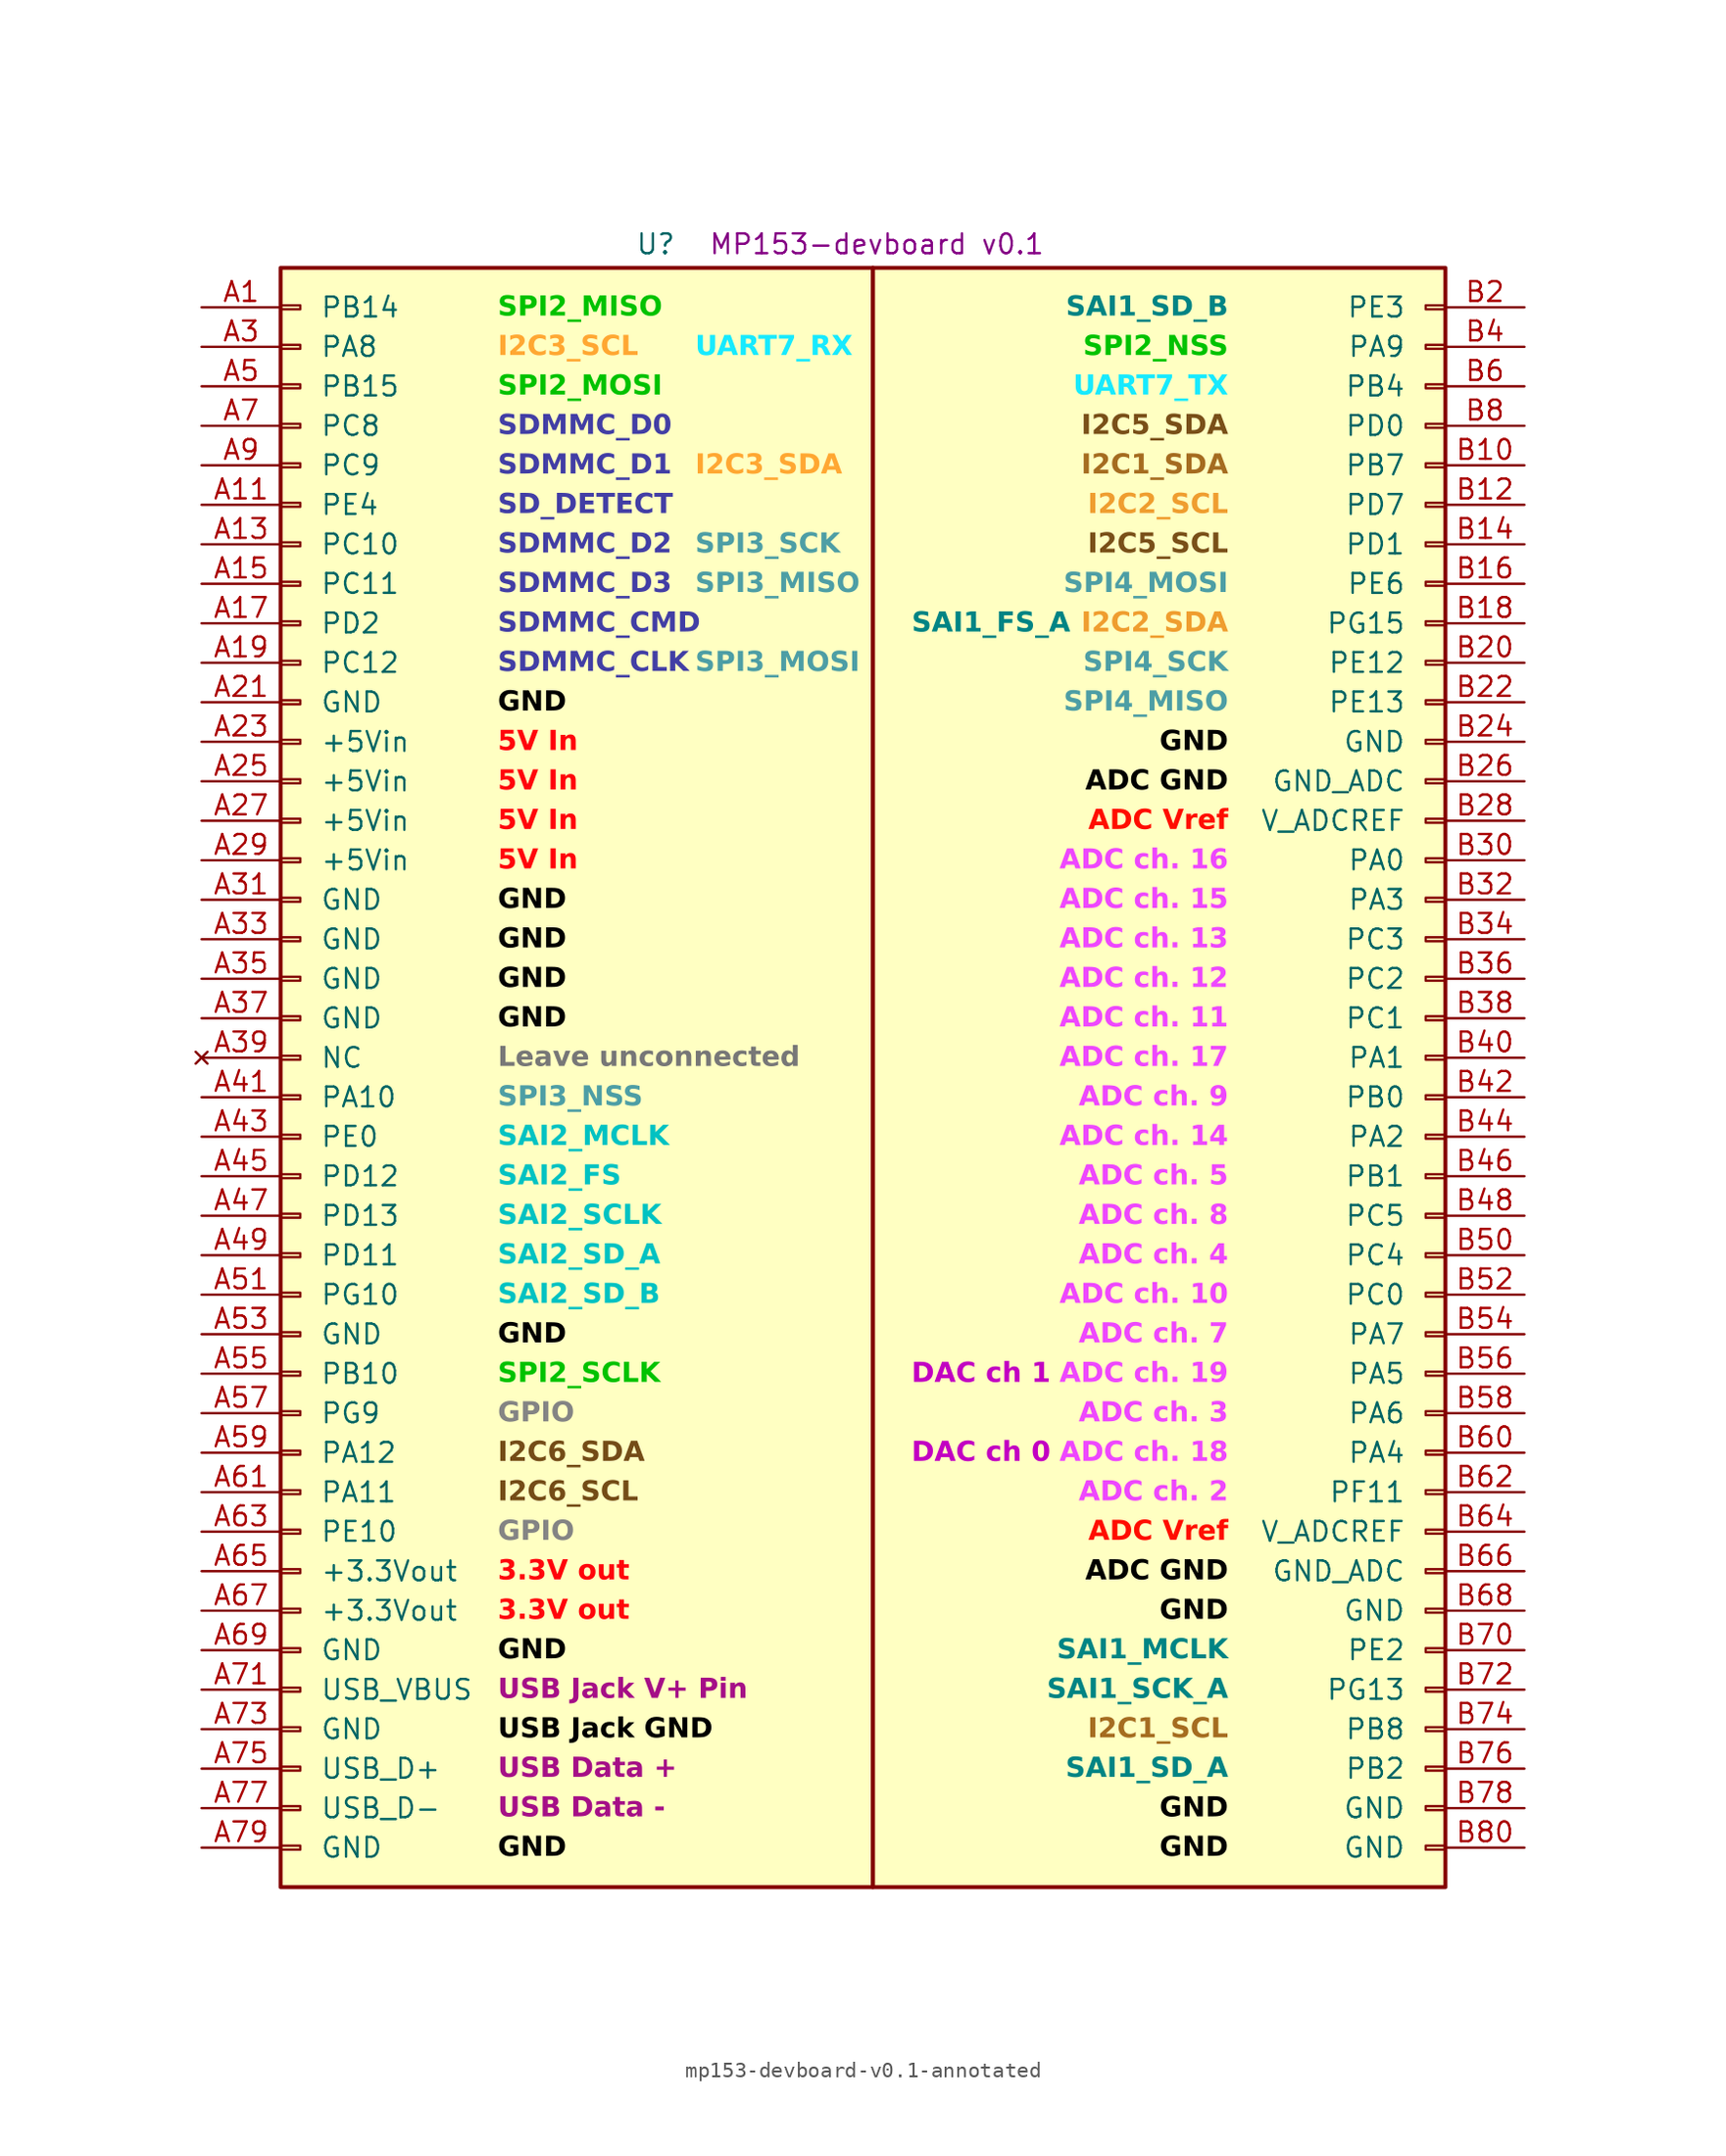
<source format=kicad_sym>
(kicad_symbol_lib
  (version 20241209)
  (generator "kicad_symbol_editor")
  (generator_version "9.0")
  (symbol "mp153-devboard-v0.1-annotated"
    (pin_names
      (offset 2.54))
    (property "Reference" "U"
      (at -13.97 53.594 0)
      (effects (font (size 1.27 1.27))))
    (property "Value" ""
      (at 0 0 0)
      (effects (font (size 1.27 1.27))))
    (property "Display" "MP153-devboard v0.1"
      (at 0.254 53.594 0)
      (effects (font (size 1.27 1.27))))
    (symbol "mp153-devboard-v0.1-annotated_1_1"
      (rectangle (start -38.1 52.07) (end 0 -52.07) (stroke (width 0.254) (type default)) (fill (type background)))
      (rectangle (start -38.1 49.657) (end -36.83 49.403) (stroke (width 0.152) (type default)) (fill (type none)))
      (rectangle (start -38.1 47.117) (end -36.83 46.863) (stroke (width 0.152) (type default)) (fill (type none)))
      (rectangle (start -38.1 44.577) (end -36.83 44.323) (stroke (width 0.152) (type default)) (fill (type none)))
      (rectangle (start -38.1 42.037) (end -36.83 41.783) (stroke (width 0.152) (type default)) (fill (type none)))
      (rectangle (start -38.1 39.497) (end -36.83 39.243) (stroke (width 0.152) (type default)) (fill (type none)))
      (rectangle (start -38.1 36.957) (end -36.83 36.703) (stroke (width 0.152) (type default)) (fill (type none)))
      (rectangle (start -38.1 34.417) (end -36.83 34.163) (stroke (width 0.152) (type default)) (fill (type none)))
      (rectangle (start -38.1 31.877) (end -36.83 31.623) (stroke (width 0.152) (type default)) (fill (type none)))
      (rectangle (start -38.1 29.337) (end -36.83 29.083) (stroke (width 0.152) (type default)) (fill (type none)))
      (rectangle (start -38.1 26.797) (end -36.83 26.543) (stroke (width 0.152) (type default)) (fill (type none)))
      (rectangle (start -38.1 24.257) (end -36.83 24.003) (stroke (width 0.152) (type default)) (fill (type none)))
      (rectangle (start -38.1 21.717) (end -36.83 21.463) (stroke (width 0.152) (type default)) (fill (type none)))
      (rectangle (start -38.1 19.177) (end -36.83 18.923) (stroke (width 0.152) (type default)) (fill (type none)))
      (rectangle (start -38.1 16.637) (end -36.83 16.383) (stroke (width 0.152) (type default)) (fill (type none)))
      (rectangle (start -38.1 14.097) (end -36.83 13.843) (stroke (width 0.152) (type default)) (fill (type none)))
      (rectangle (start -38.1 11.557) (end -36.83 11.303) (stroke (width 0.152) (type default)) (fill (type none)))
      (rectangle (start -38.1 9.017) (end -36.83 8.763) (stroke (width 0.152) (type default)) (fill (type none)))
      (rectangle (start -38.1 6.477) (end -36.83 6.223) (stroke (width 0.152) (type default)) (fill (type none)))
      (rectangle (start -38.1 3.937) (end -36.83 3.683) (stroke (width 0.152) (type default)) (fill (type none)))
      (rectangle (start -38.1 1.397) (end -36.83 1.143) (stroke (width 0.152) (type default)) (fill (type none)))
      (rectangle (start -38.1 -1.143) (end -36.83 -1.397) (stroke (width 0.152) (type default)) (fill (type none)))
      (rectangle (start -38.1 -3.683) (end -36.83 -3.937) (stroke (width 0.152) (type default)) (fill (type none)))
      (rectangle (start -38.1 -6.223) (end -36.83 -6.477) (stroke (width 0.152) (type default)) (fill (type none)))
      (rectangle (start -38.1 -8.763) (end -36.83 -9.017) (stroke (width 0.152) (type default)) (fill (type none)))
      (rectangle (start -38.1 -11.303) (end -36.83 -11.557) (stroke (width 0.152) (type default)) (fill (type none)))
      (rectangle (start -38.1 -13.843) (end -36.83 -14.097) (stroke (width 0.152) (type default)) (fill (type none)))
      (rectangle (start -38.1 -16.383) (end -36.83 -16.637) (stroke (width 0.152) (type default)) (fill (type none)))
      (rectangle (start -38.1 -18.923) (end -36.83 -19.177) (stroke (width 0.152) (type default)) (fill (type none)))
      (rectangle (start -38.1 -21.463) (end -36.83 -21.717) (stroke (width 0.152) (type default)) (fill (type none)))
      (rectangle (start -38.1 -24.003) (end -36.83 -24.257) (stroke (width 0.152) (type default)) (fill (type none)))
      (rectangle (start -38.1 -26.543) (end -36.83 -26.797) (stroke (width 0.152) (type default)) (fill (type none)))
      (rectangle (start -38.1 -29.083) (end -36.83 -29.337) (stroke (width 0.152) (type default)) (fill (type none)))
      (rectangle (start -38.1 -31.623) (end -36.83 -31.877) (stroke (width 0.152) (type default)) (fill (type none)))
      (rectangle (start -38.1 -34.163) (end -36.83 -34.417) (stroke (width 0.152) (type default)) (fill (type none)))
      (rectangle (start -38.1 -36.703) (end -36.83 -36.957) (stroke (width 0.152) (type default)) (fill (type none)))
      (rectangle (start -38.1 -39.243) (end -36.83 -39.497) (stroke (width 0.152) (type default)) (fill (type none)))
      (rectangle (start -38.1 -41.783) (end -36.83 -42.037) (stroke (width 0.152) (type default)) (fill (type none)))
      (rectangle (start -38.1 -44.323) (end -36.83 -44.577) (stroke (width 0.152) (type default)) (fill (type none)))
      (rectangle (start -38.1 -46.863) (end -36.83 -47.117) (stroke (width 0.152) (type default)) (fill (type none)))
      (rectangle (start -38.1 -49.403) (end -36.83 -49.657) (stroke (width 0.152) (type default)) (fill (type none)))
      (rectangle (start 0 52.07) (end 36.83 -52.07) (stroke (width 0.254) (type default)) (fill (type background)))
      (rectangle (start 36.83 49.657) (end 35.56 49.403) (stroke (width 0.152) (type default)) (fill (type none)))
      (rectangle (start 36.83 47.117) (end 35.56 46.863) (stroke (width 0.152) (type default)) (fill (type none)))
      (rectangle (start 36.83 44.577) (end 35.56 44.323) (stroke (width 0.152) (type default)) (fill (type none)))
      (rectangle (start 36.83 42.037) (end 35.56 41.783) (stroke (width 0.152) (type default)) (fill (type none)))
      (rectangle (start 36.83 39.497) (end 35.56 39.243) (stroke (width 0.152) (type default)) (fill (type none)))
      (rectangle (start 36.83 36.957) (end 35.56 36.703) (stroke (width 0.152) (type default)) (fill (type none)))
      (rectangle (start 36.83 34.417) (end 35.56 34.163) (stroke (width 0.152) (type default)) (fill (type none)))
      (rectangle (start 36.83 31.877) (end 35.56 31.623) (stroke (width 0.152) (type default)) (fill (type none)))
      (rectangle (start 36.83 29.337) (end 35.56 29.083) (stroke (width 0.152) (type default)) (fill (type none)))
      (rectangle (start 36.83 26.797) (end 35.56 26.543) (stroke (width 0.152) (type default)) (fill (type none)))
      (rectangle (start 36.83 24.257) (end 35.56 24.003) (stroke (width 0.152) (type default)) (fill (type none)))
      (rectangle (start 36.83 21.717) (end 35.56 21.463) (stroke (width 0.152) (type default)) (fill (type none)))
      (rectangle (start 36.83 19.177) (end 35.56 18.923) (stroke (width 0.152) (type default)) (fill (type none)))
      (rectangle (start 36.83 16.637) (end 35.56 16.383) (stroke (width 0.152) (type default)) (fill (type none)))
      (rectangle (start 36.83 14.097) (end 35.56 13.843) (stroke (width 0.152) (type default)) (fill (type none)))
      (rectangle (start 36.83 11.557) (end 35.56 11.303) (stroke (width 0.152) (type default)) (fill (type none)))
      (rectangle (start 36.83 9.017) (end 35.56 8.763) (stroke (width 0.152) (type default)) (fill (type none)))
      (rectangle (start 36.83 6.477) (end 35.56 6.223) (stroke (width 0.152) (type default)) (fill (type none)))
      (rectangle (start 36.83 3.937) (end 35.56 3.683) (stroke (width 0.152) (type default)) (fill (type none)))
      (rectangle (start 36.83 1.397) (end 35.56 1.143) (stroke (width 0.152) (type default)) (fill (type none)))
      (rectangle (start 36.83 -1.143) (end 35.56 -1.397) (stroke (width 0.152) (type default)) (fill (type none)))
      (rectangle (start 36.83 -3.683) (end 35.56 -3.937) (stroke (width 0.152) (type default)) (fill (type none)))
      (rectangle (start 36.83 -6.223) (end 35.56 -6.477) (stroke (width 0.152) (type default)) (fill (type none)))
      (rectangle (start 36.83 -8.763) (end 35.56 -9.017) (stroke (width 0.152) (type default)) (fill (type none)))
      (rectangle (start 36.83 -11.303) (end 35.56 -11.557) (stroke (width 0.152) (type default)) (fill (type none)))
      (rectangle (start 36.83 -13.843) (end 35.56 -14.097) (stroke (width 0.152) (type default)) (fill (type none)))
      (rectangle (start 36.83 -16.383) (end 35.56 -16.637) (stroke (width 0.152) (type default)) (fill (type none)))
      (rectangle (start 36.83 -18.923) (end 35.56 -19.177) (stroke (width 0.152) (type default)) (fill (type none)))
      (rectangle (start 36.83 -21.463) (end 35.56 -21.717) (stroke (width 0.152) (type default)) (fill (type none)))
      (rectangle (start 36.83 -24.003) (end 35.56 -24.257) (stroke (width 0.152) (type default)) (fill (type none)))
      (rectangle (start 36.83 -26.543) (end 35.56 -26.797) (stroke (width 0.152) (type default)) (fill (type none)))
      (rectangle (start 36.83 -29.083) (end 35.56 -29.337) (stroke (width 0.152) (type default)) (fill (type none)))
      (rectangle (start 36.83 -31.623) (end 35.56 -31.877) (stroke (width 0.152) (type default)) (fill (type none)))
      (rectangle (start 36.83 -34.163) (end 35.56 -34.417) (stroke (width 0.152) (type default)) (fill (type none)))
      (rectangle (start 36.83 -36.703) (end 35.56 -36.957) (stroke (width 0.152) (type default)) (fill (type none)))
      (rectangle (start 36.83 -39.243) (end 35.56 -39.497) (stroke (width 0.152) (type default)) (fill (type none)))
      (rectangle (start 36.83 -41.783) (end 35.56 -42.037) (stroke (width 0.152) (type default)) (fill (type none)))
      (rectangle (start 36.83 -44.323) (end 35.56 -44.577) (stroke (width 0.152) (type default)) (fill (type none)))
      (rectangle (start 36.83 -46.863) (end 35.56 -47.117) (stroke (width 0.152) (type default)) (fill (type none)))
      (rectangle (start 36.83 -49.403) (end 35.56 -49.657) (stroke (width 0.152) (type default)) (fill (type none)))
      (text "SPI2_MISO" (at -24.13 49.53 0) (effects (font (face "Arial") (size 1.27 1.27) (bold yes) (color 0 194 0 1)) (justify left)))
      (text "I2C3_SCL" (at -24.13 46.99 0) (effects (font (face "Arial") (size 1.27 1.27) (bold yes) (color 255 167 50 1)) (justify left)))
      (text "SPI2_MOSI" (at -24.13 44.45 0) (effects (font (face "Arial") (size 1.27 1.27) (bold yes) (color 0 194 0 1)) (justify left)))
      (text "SDMMC_D0" (at -24.13 41.91 0) (effects (font (face "Arial") (size 1.27 1.27) (bold yes) (color 66 62 165 1)) (justify left)))
      (text "SDMMC_D1" (at -24.13 39.37 0) (effects (font (face "Arial") (size 1.27 1.27) (bold yes) (color 66 62 165 1)) (justify left)))
      (text "SD_DETECT" (at -24.13 36.83 0) (effects (font (face "Arial") (size 1.27 1.27) (bold yes) (color 66 62 165 1)) (justify left)))
      (text "SDMMC_D2" (at -24.13 34.29 0) (effects (font (face "Arial") (size 1.27 1.27) (bold yes) (color 66 62 165 1)) (justify left)))
      (text "SDMMC_D3" (at -24.13 31.75 0) (effects (font (face "Arial") (size 1.27 1.27) (bold yes) (color 66 62 165 1)) (justify left)))
      (text "SDMMC_CMD" (at -24.13 29.21 0) (effects (font (face "Arial") (size 1.27 1.27) (bold yes) (color 66 62 165 1)) (justify left)))
      (text "SDMMC_CLK" (at -24.13 26.67 0) (effects (font (face "Arial") (size 1.27 1.27) (bold yes) (color 66 62 165 1)) (justify left)))
      (text "GND" (at -24.13 24.13 0) (effects (font (face "Arial") (size 1.27 1.27) (bold yes) (color 0 0 0 1)) (justify left)))
      (text "5V In" (at -24.13 21.59 0) (effects (font (face "Arial") (size 1.27 1.27) (bold yes) (color 255 4 11 1)) (justify left)))
      (text "5V In" (at -24.13 19.05 0) (effects (font (face "Arial") (size 1.27 1.27) (bold yes) (color 255 4 11 1)) (justify left)))
      (text "5V In" (at -24.13 16.51 0) (effects (font (face "Arial") (size 1.27 1.27) (bold yes) (color 255 4 11 1)) (justify left)))
      (text "5V In" (at -24.13 13.97 0) (effects (font (face "Arial") (size 1.27 1.27) (bold yes) (color 255 4 11 1)) (justify left)))
      (text "GND" (at -24.13 11.43 0) (effects (font (face "Arial") (size 1.27 1.27) (bold yes) (color 0 0 0 1)) (justify left)))
      (text "GND" (at -24.13 8.89 0) (effects (font (face "Arial") (size 1.27 1.27) (bold yes) (color 0 0 0 1)) (justify left)))
      (text "GND" (at -24.13 6.35 0) (effects (font (face "Arial") (size 1.27 1.27) (bold yes) (color 0 0 0 1)) (justify left)))
      (text "GND" (at -24.13 3.81 0) (effects (font (face "Arial") (size 1.27 1.27) (bold yes) (color 0 0 0 1)) (justify left)))
      (text "Leave unconnected" (at -24.13 1.27 0) (effects (font (face "Arial") (size 1.27 1.27) (bold yes) (color 119 119 119 1)) (justify left)))
      (text "SPI3_NSS" (at -24.13 -1.27 0) (effects (font (face "Arial") (size 1.27 1.27) (bold yes) (color 77 158 165 1)) (justify left)))
      (text "SAI2_MCLK" (at -24.13 -3.81 0) (effects (font (face "Arial") (size 1.27 1.27) (bold yes) (color 0 194 194 1)) (justify left)))
      (text "SAI2_FS" (at -24.13 -6.35 0) (effects (font (face "Arial") (size 1.27 1.27) (bold yes) (color 0 194 194 1)) (justify left)))
      (text "SAI2_SCLK" (at -24.13 -8.89 0) (effects (font (face "Arial") (size 1.27 1.27) (bold yes) (color 0 194 194 1)) (justify left)))
      (text "SAI2_SD_A" (at -24.13 -11.43 0) (effects (font (face "Arial") (size 1.27 1.27) (bold yes) (color 0 194 194 1)) (justify left)))
      (text "SAI2_SD_B" (at -24.13 -13.97 0) (effects (font (face "Arial") (size 1.27 1.27) (bold yes) (color 0 194 194 1)) (justify left)))
      (text "GND" (at -24.13 -16.51 0) (effects (font (face "Arial") (size 1.27 1.27) (bold yes) (color 0 0 0 1)) (justify left)))
      (text "SPI2_SCLK" (at -24.13 -19.05 0) (effects (font (face "Arial") (size 1.27 1.27) (bold yes) (color 0 194 0 1)) (justify left)))
      (text "GPIO" (at -24.13 -21.59 0) (effects (font (face "Arial") (size 1.27 1.27) (bold yes) (color 132 132 132 1)) (justify left)))
      (text "I2C6_SDA" (at -24.13 -24.13 0) (effects (font (face "Arial") (size 1.27 1.27) (bold yes) (color 116 76 23 1)) (justify left)))
      (text "I2C6_SCL" (at -24.13 -26.67 0) (effects (font (face "Arial") (size 1.27 1.27) (bold yes) (color 116 76 23 1)) (justify left)))
      (text "GPIO" (at -24.13 -29.21 0) (effects (font (face "Arial") (size 1.27 1.27) (bold yes) (color 132 132 132 1)) (justify left)))
      (text "3.3V out" (at -24.13 -31.75 0) (effects (font (face "Arial") (size 1.27 1.27) (bold yes) (color 255 4 11 1)) (justify left)))
      (text "3.3V out" (at -24.13 -34.29 0) (effects (font (face "Arial") (size 1.27 1.27) (bold yes) (color 255 4 11 1)) (justify left)))
      (text "GND" (at -24.13 -36.83 0) (effects (font (face "Arial") (size 1.27 1.27) (bold yes) (color 0 0 0 1)) (justify left)))
      (text "USB Jack V+ Pin" (at -24.13 -39.37 0) (effects (font (face "Arial") (size 1.27 1.27) (bold yes) (color 165 15 135 1)) (justify left)))
      (text "USB Jack GND" (at -24.13 -41.91 0) (effects (font (face "Arial") (size 1.27 1.27) (bold yes) (color 0 0 0 1)) (justify left)))
      (text "USB Data +" (at -24.13 -44.45 0) (effects (font (face "Arial") (size 1.27 1.27) (bold yes) (color 165 15 135 1)) (justify left)))
      (text "USB Data -" (at -24.13 -46.99 0) (effects (font (face "Arial") (size 1.27 1.27) (bold yes) (color 165 15 135 1)) (justify left)))
      (text "GND" (at -24.13 -49.53 0) (effects (font (face "Arial") (size 1.27 1.27) (bold yes) (color 0 0 0 1)) (justify left)))
      (text "UART7_RX" (at -11.43 46.99 0) (effects (font (face "Arial") (size 1.27 1.27) (bold yes) (color 23 234 255 1)) (justify left)))
      (text "I2C3_SDA" (at -11.43 39.37 0) (effects (font (face "Arial") (size 1.27 1.27) (bold yes) (color 255 167 50 1)) (justify left)))
      (text "SPI3_SCK" (at -11.43 34.29 0) (effects (font (face "Arial") (size 1.27 1.27) (bold yes) (color 77 158 165 1)) (justify left)))
      (text "SPI3_MISO" (at -11.43 31.75 0) (effects (font (face "Arial") (size 1.27 1.27) (bold yes) (color 77 158 165 1)) (justify left)))
      (text "SPI3_MOSI" (at -11.43 26.67 0) (effects (font (face "Arial") (size 1.27 1.27) (bold yes) (color 77 158 165 1)) (justify left)))
      (text "DAC ch 1" (at 11.43 -19.05 0) (effects (font (face "Arial") (size 1.27 1.27) (bold yes) (color 194 0 194 1)) (justify right)))
      (text "DAC ch 0" (at 11.43 -24.13 0) (effects (font (face "Arial") (size 1.27 1.27) (bold yes) (color 194 0 194 1)) (justify right)))
      (text "SAI1_FS_A" (at 12.7 29.21 0) (effects (font (face "Arial") (size 1.27 1.27) (bold yes) (color 0 132 132 1)) (justify right)))
      (text "SAI1_SD_B" (at 22.86 49.53 0) (effects (font (face "Arial") (size 1.27 1.27) (bold yes) (color 0 132 132 1)) (justify right)))
      (text "SPI2_NSS" (at 22.86 46.99 0) (effects (font (face "Arial") (size 1.27 1.27) (bold yes) (color 0 194 0 1)) (justify right)))
      (text "UART7_TX" (at 22.86 44.45 0) (effects (font (face "Arial") (size 1.27 1.27) (bold yes) (color 23 234 255 1)) (justify right)))
      (text "I2C5_SDA" (at 22.86 41.91 0) (effects (font (face "Arial") (size 1.27 1.27) (bold yes) (color 121 79 24 1)) (justify right)))
      (text "I2C1_SDA" (at 22.86 39.37 0) (effects (font (face "Arial") (size 1.27 1.27) (bold yes) (color 165 108 32 1)) (justify right)))
      (text "I2C2_SCL" (at 22.86 36.83 0) (effects (font (face "Arial") (size 1.27 1.27) (bold yes) (color 239 157 47 1)) (justify right)))
      (text "I2C5_SCL" (at 22.86 34.29 0) (effects (font (face "Arial") (size 1.27 1.27) (bold yes) (color 121 79 24 1)) (justify right)))
      (text "SPI4_MOSI" (at 22.86 31.75 0) (effects (font (face "Arial") (size 1.27 1.27) (bold yes) (color 77 158 165 1)) (justify right)))
      (text "I2C2_SDA" (at 22.86 29.21 0) (effects (font (face "Arial") (size 1.27 1.27) (bold yes) (color 239 157 47 1)) (justify right)))
      (text "SPI4_SCK" (at 22.86 26.67 0) (effects (font (face "Arial") (size 1.27 1.27) (bold yes) (color 77 158 165 1)) (justify right)))
      (text "SPI4_MISO" (at 22.86 24.13 0) (effects (font (face "Arial") (size 1.27 1.27) (bold yes) (color 77 158 165 1)) (justify right)))
      (text "GND" (at 22.86 21.59 0) (effects (font (face "Arial") (size 1.27 1.27) (bold yes) (color 0 0 0 1)) (justify right)))
      (text "ADC GND" (at 22.86 19.05 0) (effects (font (face "Arial") (size 1.27 1.27) (bold yes) (color 0 0 0 1)) (justify right)))
      (text "ADC Vref" (at 22.86 16.51 0) (effects (font (face "Arial") (size 1.27 1.27) (bold yes) (color 255 13 0 1)) (justify right)))
      (text "ADC ch. 16" (at 22.86 13.97 0) (effects (font (face "Arial") (size 1.27 1.27) (bold yes) (color 238 71 255 1)) (justify right)))
      (text "ADC ch. 15" (at 22.86 11.43 0) (effects (font (face "Arial") (size 1.27 1.27) (bold yes) (color 238 71 255 1)) (justify right)))
      (text "ADC ch. 13" (at 22.86 8.89 0) (effects (font (face "Arial") (size 1.27 1.27) (bold yes) (color 238 71 255 1)) (justify right)))
      (text "ADC ch. 12" (at 22.86 6.35 0) (effects (font (face "Arial") (size 1.27 1.27) (bold yes) (color 238 71 255 1)) (justify right)))
      (text "ADC ch. 11" (at 22.86 3.81 0) (effects (font (face "Arial") (size 1.27 1.27) (bold yes) (color 238 71 255 1)) (justify right)))
      (text "ADC ch. 17" (at 22.86 1.27 0) (effects (font (face "Arial") (size 1.27 1.27) (bold yes) (color 238 71 255 1)) (justify right)))
      (text "ADC ch. 9" (at 22.86 -1.27 0) (effects (font (face "Arial") (size 1.27 1.27) (bold yes) (color 238 71 255 1)) (justify right)))
      (text "ADC ch. 14" (at 22.86 -3.81 0) (effects (font (face "Arial") (size 1.27 1.27) (bold yes) (color 238 71 255 1)) (justify right)))
      (text "ADC ch. 5" (at 22.86 -6.35 0) (effects (font (face "Arial") (size 1.27 1.27) (bold yes) (color 238 71 255 1)) (justify right)))
      (text "ADC ch. 8" (at 22.86 -8.89 0) (effects (font (face "Arial") (size 1.27 1.27) (bold yes) (color 238 71 255 1)) (justify right)))
      (text "ADC ch. 4" (at 22.86 -11.43 0) (effects (font (face "Arial") (size 1.27 1.27) (bold yes) (color 238 71 255 1)) (justify right)))
      (text "ADC ch. 10" (at 22.86 -13.97 0) (effects (font (face "Arial") (size 1.27 1.27) (bold yes) (color 238 71 255 1)) (justify right)))
      (text "ADC ch. 7" (at 22.86 -16.51 0) (effects (font (face "Arial") (size 1.27 1.27) (bold yes) (color 238 71 255 1)) (justify right)))
      (text "ADC ch. 19" (at 22.86 -19.05 0) (effects (font (face "Arial") (size 1.27 1.27) (bold yes) (color 238 71 255 1)) (justify right)))
      (text "ADC ch. 3" (at 22.86 -21.59 0) (effects (font (face "Arial") (size 1.27 1.27) (bold yes) (color 238 71 255 1)) (justify right)))
      (text "ADC ch. 18" (at 22.86 -24.13 0) (effects (font (face "Arial") (size 1.27 1.27) (bold yes) (color 238 71 255 1)) (justify right)))
      (text "ADC ch. 2" (at 22.86 -26.67 0) (effects (font (face "Arial") (size 1.27 1.27) (bold yes) (color 238 71 255 1)) (justify right)))
      (text "ADC Vref" (at 22.86 -29.21 0) (effects (font (face "Arial") (size 1.27 1.27) (bold yes) (color 255 13 0 1)) (justify right)))
      (text "ADC GND" (at 22.86 -31.75 0) (effects (font (face "Arial") (size 1.27 1.27) (bold yes) (color 0 0 0 1)) (justify right)))
      (text "GND" (at 22.86 -34.29 0) (effects (font (face "Arial") (size 1.27 1.27) (bold yes) (color 0 0 0 1)) (justify right)))
      (text "SAI1_MCLK" (at 22.86 -36.83 0) (effects (font (face "Arial") (size 1.27 1.27) (bold yes) (color 0 132 132 1)) (justify right)))
      (text "SAI1_SCK_A" (at 22.86 -39.37 0) (effects (font (face "Arial") (size 1.27 1.27) (bold yes) (color 0 132 132 1)) (justify right)))
      (text "I2C1_SCL" (at 22.86 -41.91 0) (effects (font (face "Arial") (size 1.27 1.27) (bold yes) (color 165 108 32 1)) (justify right)))
      (text "SAI1_SD_A" (at 22.86 -44.45 0) (effects (font (face "Arial") (size 1.27 1.27) (bold yes) (color 0 132 132 1)) (justify right)))
      (text "GND" (at 22.86 -46.99 0) (effects (font (face "Arial") (size 1.27 1.27) (bold yes) (color 0 0 0 1)) (justify right)))
      (text "GND" (at 22.86 -49.53 0) (effects (font (face "Arial") (size 1.27 1.27) (bold yes) (color 0 0 0 1)) (justify right)))
      (pin passive line (at -43.18 49.53 0) (length 5.08) (name "PB14" (effects (font (size 1.27 1.27)))) (number "A1" (effects (font (size 1.27 1.27)))))
      (pin passive line (at -43.18 46.99 0) (length 5.08) (name "PA8" (effects (font (size 1.27 1.27)))) (number "A3" (effects (font (size 1.27 1.27)))))
      (pin passive line (at -43.18 44.45 0) (length 5.08) (name "PB15" (effects (font (size 1.27 1.27)))) (number "A5" (effects (font (size 1.27 1.27)))))
      (pin passive line (at -43.18 41.91 0) (length 5.08) (name "PC8" (effects (font (size 1.27 1.27)))) (number "A7" (effects (font (size 1.27 1.27)))))
      (pin passive line (at -43.18 39.37 0) (length 5.08) (name "PC9" (effects (font (size 1.27 1.27)))) (number "A9" (effects (font (size 1.27 1.27)))))
      (pin passive line (at -43.18 36.83 0) (length 5.08) (name "PE4" (effects (font (size 1.27 1.27)))) (number "A11" (effects (font (size 1.27 1.27)))))
      (pin passive line (at -43.18 34.29 0) (length 5.08) (name "PC10" (effects (font (size 1.27 1.27)))) (number "A13" (effects (font (size 1.27 1.27)))))
      (pin passive line (at -43.18 31.75 0) (length 5.08) (name "PC11" (effects (font (size 1.27 1.27)))) (number "A15" (effects (font (size 1.27 1.27)))))
      (pin passive line (at -43.18 29.21 0) (length 5.08) (name "PD2" (effects (font (size 1.27 1.27)))) (number "A17" (effects (font (size 1.27 1.27)))))
      (pin passive line (at -43.18 26.67 0) (length 5.08) (name "PC12" (effects (font (size 1.27 1.27)))) (number "A19" (effects (font (size 1.27 1.27)))))
      (pin passive line (at -43.18 24.13 0) (length 5.08) (name "GND" (effects (font (size 1.27 1.27)))) (number "A21" (effects (font (size 1.27 1.27)))))
      (pin passive line (at -43.18 21.59 0) (length 5.08) (name "+5Vin" (effects (font (size 1.27 1.27)))) (number "A23" (effects (font (size 1.27 1.27)))))
      (pin passive line (at -43.18 19.05 0) (length 5.08) (name "+5Vin" (effects (font (size 1.27 1.27)))) (number "A25" (effects (font (size 1.27 1.27)))))
      (pin passive line (at -43.18 16.51 0) (length 5.08) (name "+5Vin" (effects (font (size 1.27 1.27)))) (number "A27" (effects (font (size 1.27 1.27)))))
      (pin passive line (at -43.18 13.97 0) (length 5.08) (name "+5Vin" (effects (font (size 1.27 1.27)))) (number "A29" (effects (font (size 1.27 1.27)))))
      (pin passive line (at -43.18 11.43 0) (length 5.08) (name "GND" (effects (font (size 1.27 1.27)))) (number "A31" (effects (font (size 1.27 1.27)))))
      (pin passive line (at -43.18 8.89 0) (length 5.08) (name "GND" (effects (font (size 1.27 1.27)))) (number "A33" (effects (font (size 1.27 1.27)))))
      (pin passive line (at -43.18 6.35 0) (length 5.08) (name "GND" (effects (font (size 1.27 1.27)))) (number "A35" (effects (font (size 1.27 1.27)))))
      (pin passive line (at -43.18 3.81 0) (length 5.08) (name "GND" (effects (font (size 1.27 1.27)))) (number "A37" (effects (font (size 1.27 1.27)))))
      (pin no_connect line (at -43.18 1.27 0) (length 5.08) (name "NC" (effects (font (size 1.27 1.27)))) (number "A39" (effects (font (size 1.27 1.27)))))
      (pin passive line (at -43.18 -1.27 0) (length 5.08) (name "PA10" (effects (font (size 1.27 1.27)))) (number "A41" (effects (font (size 1.27 1.27)))))
      (pin passive line (at -43.18 -3.81 0) (length 5.08) (name "PE0" (effects (font (size 1.27 1.27)))) (number "A43" (effects (font (size 1.27 1.27)))))
      (pin passive line (at -43.18 -6.35 0) (length 5.08) (name "PD12" (effects (font (size 1.27 1.27)))) (number "A45" (effects (font (size 1.27 1.27)))))
      (pin passive line (at -43.18 -8.89 0) (length 5.08) (name "PD13" (effects (font (size 1.27 1.27)))) (number "A47" (effects (font (size 1.27 1.27)))))
      (pin passive line (at -43.18 -11.43 0) (length 5.08) (name "PD11" (effects (font (size 1.27 1.27)))) (number "A49" (effects (font (size 1.27 1.27)))))
      (pin passive line (at -43.18 -13.97 0) (length 5.08) (name "PG10" (effects (font (size 1.27 1.27)))) (number "A51" (effects (font (size 1.27 1.27)))))
      (pin passive line (at -43.18 -16.51 0) (length 5.08) (name "GND" (effects (font (size 1.27 1.27)))) (number "A53" (effects (font (size 1.27 1.27)))))
      (pin passive line (at -43.18 -19.05 0) (length 5.08) (name "PB10" (effects (font (size 1.27 1.27)))) (number "A55" (effects (font (size 1.27 1.27)))))
      (pin passive line (at -43.18 -21.59 0) (length 5.08) (name "PG9" (effects (font (size 1.27 1.27)))) (number "A57" (effects (font (size 1.27 1.27)))))
      (pin passive line (at -43.18 -24.13 0) (length 5.08) (name "PA12" (effects (font (size 1.27 1.27)))) (number "A59" (effects (font (size 1.27 1.27)))))
      (pin passive line (at -43.18 -26.67 0) (length 5.08) (name "PA11" (effects (font (size 1.27 1.27)))) (number "A61" (effects (font (size 1.27 1.27)))))
      (pin passive line (at -43.18 -29.21 0) (length 5.08) (name "PE10" (effects (font (size 1.27 1.27)))) (number "A63" (effects (font (size 1.27 1.27)))))
      (pin passive line (at -43.18 -31.75 0) (length 5.08) (name "+3.3Vout" (effects (font (size 1.27 1.27)))) (number "A65" (effects (font (size 1.27 1.27)))))
      (pin passive line (at -43.18 -34.29 0) (length 5.08) (name "+3.3Vout" (effects (font (size 1.27 1.27)))) (number "A67" (effects (font (size 1.27 1.27)))))
      (pin passive line (at -43.18 -36.83 0) (length 5.08) (name "GND" (effects (font (size 1.27 1.27)))) (number "A69" (effects (font (size 1.27 1.27)))))
      (pin passive line (at -43.18 -39.37 0) (length 5.08) (name "USB_VBUS" (effects (font (size 1.27 1.27)))) (number "A71" (effects (font (size 1.27 1.27)))))
      (pin passive line (at -43.18 -41.91 0) (length 5.08) (name "GND" (effects (font (size 1.27 1.27)))) (number "A73" (effects (font (size 1.27 1.27)))))
      (pin passive line (at -43.18 -44.45 0) (length 5.08) (name "USB_D+" (effects (font (size 1.27 1.27)))) (number "A75" (effects (font (size 1.27 1.27)))))
      (pin passive line (at -43.18 -46.99 0) (length 5.08) (name "USB_D-" (effects (font (size 1.27 1.27)))) (number "A77" (effects (font (size 1.27 1.27)))))
      (pin passive line (at -43.18 -49.53 0) (length 5.08) (name "GND" (effects (font (size 1.27 1.27)))) (number "A79" (effects (font (size 1.27 1.27)))))
      (pin passive line (at 41.91 49.53 180) (length 5.08) (name "PE3" (effects (font (size 1.27 1.27)))) (number "B2" (effects (font (size 1.27 1.27)))))
      (pin passive line (at 41.91 46.99 180) (length 5.08) (name "PA9" (effects (font (size 1.27 1.27)))) (number "B4" (effects (font (size 1.27 1.27)))))
      (pin passive line (at 41.91 44.45 180) (length 5.08) (name "PB4" (effects (font (size 1.27 1.27)))) (number "B6" (effects (font (size 1.27 1.27)))))
      (pin passive line (at 41.91 41.91 180) (length 5.08) (name "PD0" (effects (font (size 1.27 1.27)))) (number "B8" (effects (font (size 1.27 1.27)))))
      (pin passive line (at 41.91 39.37 180) (length 5.08) (name "PB7" (effects (font (size 1.27 1.27)))) (number "B10" (effects (font (size 1.27 1.27)))))
      (pin passive line (at 41.91 36.83 180) (length 5.08) (name "PD7" (effects (font (size 1.27 1.27)))) (number "B12" (effects (font (size 1.27 1.27)))))
      (pin passive line (at 41.91 34.29 180) (length 5.08) (name "PD1" (effects (font (size 1.27 1.27)))) (number "B14" (effects (font (size 1.27 1.27)))))
      (pin passive line (at 41.91 31.75 180) (length 5.08) (name "PE6" (effects (font (size 1.27 1.27)))) (number "B16" (effects (font (size 1.27 1.27)))))
      (pin passive line (at 41.91 29.21 180) (length 5.08) (name "PG15" (effects (font (size 1.27 1.27)))) (number "B18" (effects (font (size 1.27 1.27)))))
      (pin passive line (at 41.91 26.67 180) (length 5.08) (name "PE12" (effects (font (size 1.27 1.27)))) (number "B20" (effects (font (size 1.27 1.27)))))
      (pin passive line (at 41.91 24.13 180) (length 5.08) (name "PE13" (effects (font (size 1.27 1.27)))) (number "B22" (effects (font (size 1.27 1.27)))))
      (pin passive line (at 41.91 21.59 180) (length 5.08) (name "GND" (effects (font (size 1.27 1.27)))) (number "B24" (effects (font (size 1.27 1.27)))))
      (pin passive line (at 41.91 19.05 180) (length 5.08) (name "GND_ADC" (effects (font (size 1.27 1.27)))) (number "B26" (effects (font (size 1.27 1.27)))))
      (pin passive line (at 41.91 16.51 180) (length 5.08) (name "V_ADCREF" (effects (font (size 1.27 1.27)))) (number "B28" (effects (font (size 1.27 1.27)))))
      (pin passive line (at 41.91 13.97 180) (length 5.08) (name "PA0" (effects (font (size 1.27 1.27)))) (number "B30" (effects (font (size 1.27 1.27)))))
      (pin passive line (at 41.91 11.43 180) (length 5.08) (name "PA3" (effects (font (size 1.27 1.27)))) (number "B32" (effects (font (size 1.27 1.27)))))
      (pin passive line (at 41.91 8.89 180) (length 5.08) (name "PC3" (effects (font (size 1.27 1.27)))) (number "B34" (effects (font (size 1.27 1.27)))))
      (pin passive line (at 41.91 6.35 180) (length 5.08) (name "PC2" (effects (font (size 1.27 1.27)))) (number "B36" (effects (font (size 1.27 1.27)))))
      (pin passive line (at 41.91 3.81 180) (length 5.08) (name "PC1" (effects (font (size 1.27 1.27)))) (number "B38" (effects (font (size 1.27 1.27)))))
      (pin passive line (at 41.91 1.27 180) (length 5.08) (name "PA1" (effects (font (size 1.27 1.27)))) (number "B40" (effects (font (size 1.27 1.27)))))
      (pin passive line (at 41.91 -1.27 180) (length 5.08) (name "PB0" (effects (font (size 1.27 1.27)))) (number "B42" (effects (font (size 1.27 1.27)))))
      (pin passive line (at 41.91 -3.81 180) (length 5.08) (name "PA2" (effects (font (size 1.27 1.27)))) (number "B44" (effects (font (size 1.27 1.27)))))
      (pin passive line (at 41.91 -6.35 180) (length 5.08) (name "PB1" (effects (font (size 1.27 1.27)))) (number "B46" (effects (font (size 1.27 1.27)))))
      (pin passive line (at 41.91 -8.89 180) (length 5.08) (name "PC5" (effects (font (size 1.27 1.27)))) (number "B48" (effects (font (size 1.27 1.27)))))
      (pin passive line (at 41.91 -11.43 180) (length 5.08) (name "PC4" (effects (font (size 1.27 1.27)))) (number "B50" (effects (font (size 1.27 1.27)))))
      (pin passive line (at 41.91 -13.97 180) (length 5.08) (name "PC0" (effects (font (size 1.27 1.27)))) (number "B52" (effects (font (size 1.27 1.27)))))
      (pin passive line (at 41.91 -16.51 180) (length 5.08) (name "PA7" (effects (font (size 1.27 1.27)))) (number "B54" (effects (font (size 1.27 1.27)))))
      (pin passive line (at 41.91 -19.05 180) (length 5.08) (name "PA5" (effects (font (size 1.27 1.27)))) (number "B56" (effects (font (size 1.27 1.27)))))
      (pin passive line (at 41.91 -21.59 180) (length 5.08) (name "PA6" (effects (font (size 1.27 1.27)))) (number "B58" (effects (font (size 1.27 1.27)))))
      (pin passive line (at 41.91 -24.13 180) (length 5.08) (name "PA4" (effects (font (size 1.27 1.27)))) (number "B60" (effects (font (size 1.27 1.27)))))
      (pin passive line (at 41.91 -26.67 180) (length 5.08) (name "PF11" (effects (font (size 1.27 1.27)))) (number "B62" (effects (font (size 1.27 1.27)))))
      (pin passive line (at 41.91 -29.21 180) (length 5.08) (name "V_ADCREF" (effects (font (size 1.27 1.27)))) (number "B64" (effects (font (size 1.27 1.27)))))
      (pin passive line (at 41.91 -31.75 180) (length 5.08) (name "GND_ADC" (effects (font (size 1.27 1.27)))) (number "B66" (effects (font (size 1.27 1.27)))))
      (pin passive line (at 41.91 -34.29 180) (length 5.08) (name "GND" (effects (font (size 1.27 1.27)))) (number "B68" (effects (font (size 1.27 1.27)))))
      (pin passive line (at 41.91 -36.83 180) (length 5.08) (name "PE2" (effects (font (size 1.27 1.27)))) (number "B70" (effects (font (size 1.27 1.27)))))
      (pin passive line (at 41.91 -39.37 180) (length 5.08) (name "PG13" (effects (font (size 1.27 1.27)))) (number "B72" (effects (font (size 1.27 1.27)))))
      (pin passive line (at 41.91 -41.91 180) (length 5.08) (name "PB8" (effects (font (size 1.27 1.27)))) (number "B74" (effects (font (size 1.27 1.27)))))
      (pin passive line (at 41.91 -44.45 180) (length 5.08) (name "PB2" (effects (font (size 1.27 1.27)))) (number "B76" (effects (font (size 1.27 1.27)))))
      (pin passive line (at 41.91 -46.99 180) (length 5.08) (name "GND" (effects (font (size 1.27 1.27)))) (number "B78" (effects (font (size 1.27 1.27)))))
      (pin passive line (at 41.91 -49.53 180) (length 5.08) (name "GND" (effects (font (size 1.27 1.27)))) (number "B80" (effects (font (size 1.27 1.27))))))))
</source>
